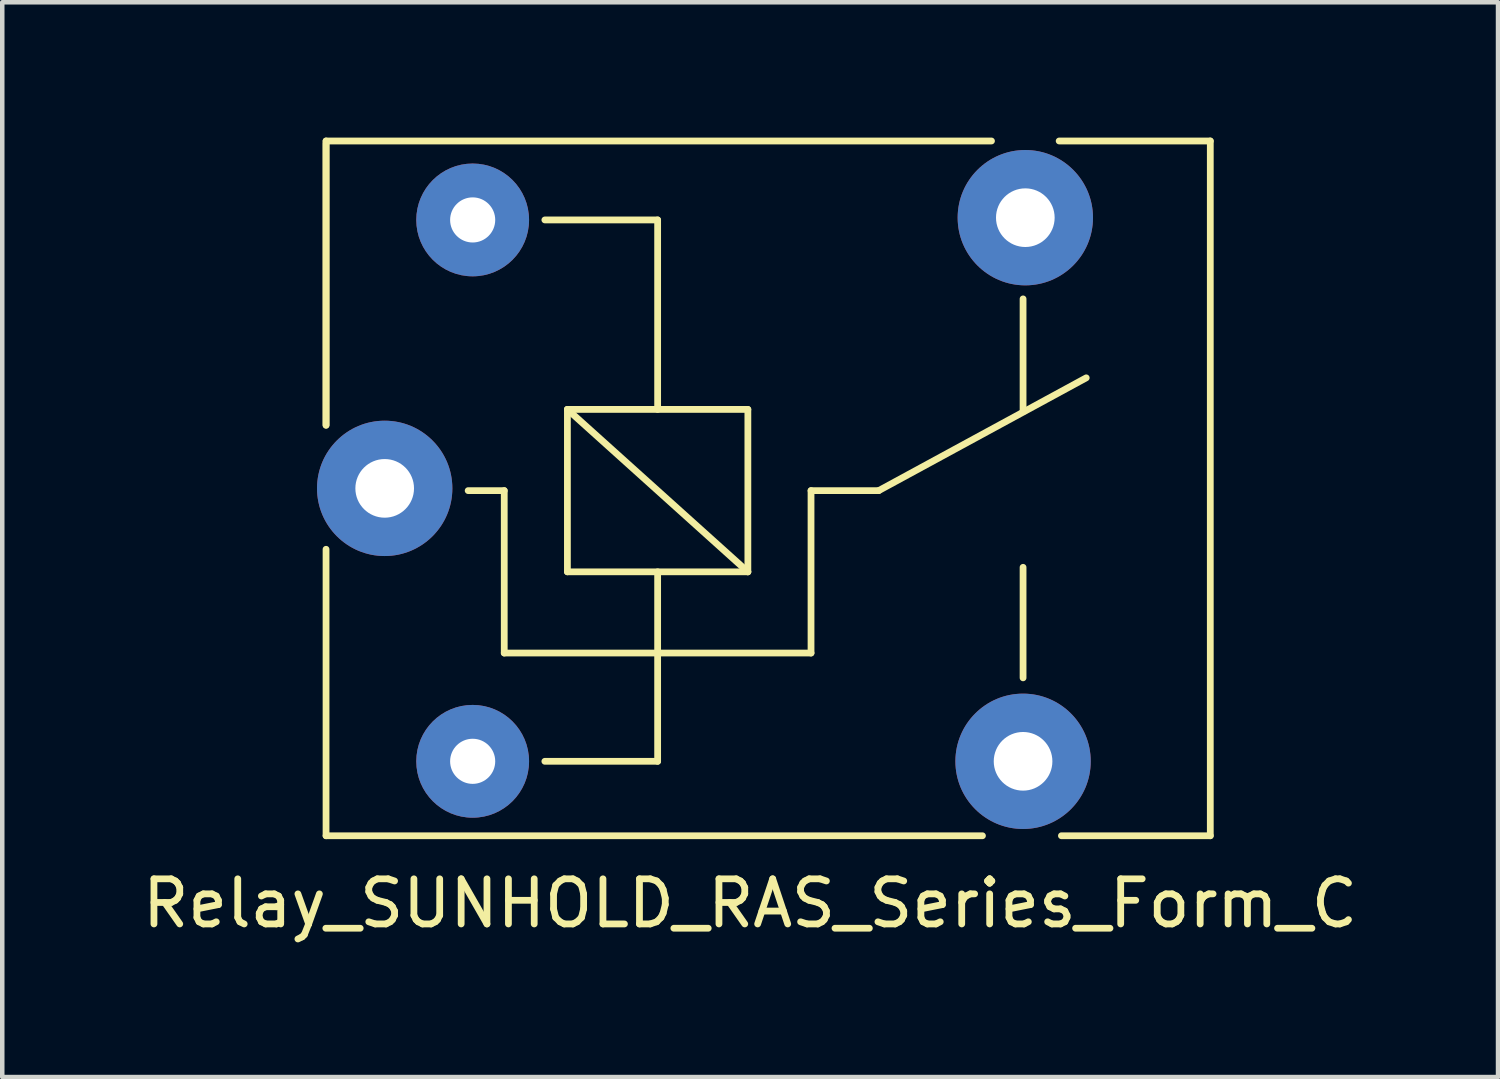
<source format=kicad_pcb>
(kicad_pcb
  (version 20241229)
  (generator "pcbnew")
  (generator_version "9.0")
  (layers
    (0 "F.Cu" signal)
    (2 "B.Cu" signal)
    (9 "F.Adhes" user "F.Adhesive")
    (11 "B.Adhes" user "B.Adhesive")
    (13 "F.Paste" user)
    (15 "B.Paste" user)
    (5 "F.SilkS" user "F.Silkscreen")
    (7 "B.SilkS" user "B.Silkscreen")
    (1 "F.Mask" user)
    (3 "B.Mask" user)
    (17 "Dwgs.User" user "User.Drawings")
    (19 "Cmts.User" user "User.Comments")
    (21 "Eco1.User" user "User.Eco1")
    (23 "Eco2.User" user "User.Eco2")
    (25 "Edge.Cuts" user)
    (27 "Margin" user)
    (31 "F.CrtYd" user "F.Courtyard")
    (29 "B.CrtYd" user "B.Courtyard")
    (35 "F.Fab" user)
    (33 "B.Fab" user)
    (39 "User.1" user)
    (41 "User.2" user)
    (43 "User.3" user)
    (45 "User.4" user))
  (footprint "Relay_SUNHOLD_RAS_Series_Form_C"
    (layer "F.Cu")
    (at 5.477 7.775)
    (property "Reference" "Relay_SUNHOLD_RAS_Series_Form_C" (at 8.1 9.2 0) (layer "F.SilkS") (effects (font (size 1 1) (thickness 0.15))))
    (attr through_hole)
    (fp_line (start -1.3 -7.7) (end 13.45 -7.7) (stroke (width 0.15) (type solid)) (layer "F.SilkS"))
    (fp_line (start -1.3 -7.65) (end -1.3 -1.4) (stroke (width 0.15) (type solid)) (layer "F.SilkS"))
    (fp_line (start -1.3 -1.4) (end -1.3 -7.7) (stroke (width 0.15) (type solid)) (layer "F.SilkS"))
    (fp_line (start -1.3 1.35) (end -1.3 7.7) (stroke (width 0.15) (type solid)) (layer "F.SilkS"))
    (fp_line (start -1.3 7.7) (end 13.25 7.7) (stroke (width 0.15) (type solid)) (layer "F.SilkS"))
    (fp_line (start 2.65 0.05) (end 1.85 0.05) (stroke (width 0.15) (type solid)) (layer "F.SilkS"))
    (fp_line (start 2.65 0.05) (end 2.65 3.65) (stroke (width 0.15) (type solid)) (layer "F.SilkS"))
    (fp_line (start 3.55 6.05) (end 6.05 6.05) (stroke (width 0.15) (type solid)) (layer "F.SilkS"))
    (fp_line (start 4.05 -1.75) (end 8.05 -1.75) (stroke (width 0.15) (type solid)) (layer "F.SilkS"))
    (fp_line (start 4.05 1.85) (end 4.05 -1.75) (stroke (width 0.15) (type solid)) (layer "F.SilkS"))
    (fp_line (start 6.05 -5.95) (end 3.55 -5.95) (stroke (width 0.15) (type solid)) (layer "F.SilkS"))
    (fp_line (start 6.05 -5.95) (end 6.05 -1.75) (stroke (width 0.15) (type solid)) (layer "F.SilkS"))
    (fp_line (start 6.05 1.85) (end 6.05 6.05) (stroke (width 0.15) (type solid)) (layer "F.SilkS"))
    (fp_line (start 8.05 -1.75) (end 8.05 1.85) (stroke (width 0.15) (type solid)) (layer "F.SilkS"))
    (fp_line (start 8.05 1.85) (end 4.05 -1.75) (stroke (width 0.15) (type solid)) (layer "F.SilkS"))
    (fp_line (start 8.05 1.85) (end 4.05 1.85) (stroke (width 0.15) (type solid)) (layer "F.SilkS"))
    (fp_line (start 9.45 0.05) (end 9.45 3.65) (stroke (width 0.15) (type solid)) (layer "F.SilkS"))
    (fp_line (start 9.45 0.05) (end 10.95 0.05) (stroke (width 0.15) (type solid)) (layer "F.SilkS"))
    (fp_line (start 9.45 3.65) (end 2.65 3.65) (stroke (width 0.15) (type solid)) (layer "F.SilkS"))
    (fp_line (start 10.95 0.05) (end 15.55 -2.45) (stroke (width 0.15) (type solid)) (layer "F.SilkS"))
    (fp_line (start 14.15 -4.2) (end 14.15 -1.7) (stroke (width 0.15) (type solid)) (layer "F.SilkS"))
    (fp_line (start 14.15 4.2) (end 14.15 1.75) (stroke (width 0.15) (type solid)) (layer "F.SilkS"))
    (fp_line (start 15 7.7) (end 18.3 7.7) (stroke (width 0.15) (type solid)) (layer "F.SilkS"))
    (fp_line (start 18.3 -7.7) (end 14.95 -7.7) (stroke (width 0.15) (type solid)) (layer "F.SilkS"))
    (fp_line (start 18.3 7.7) (end 18.3 -7.7) (stroke (width 0.15) (type solid)) (layer "F.SilkS"))
    (pad "1" thru_hole circle (at 1.95 6.05 90) (size 2.5 2.5) (drill 1) (layers "*.Cu" "*.Mask"))
    (pad "2" thru_hole circle (at 1.95 -5.95 90) (size 2.5 2.5) (drill 1) (layers "*.Cu" "*.Mask"))
    (pad "3" thru_hole circle (at 0 0 90) (size 3 3) (drill 1.3) (layers "*.Cu" "*.Mask"))
    (pad "4" thru_hole circle (at 14.2 -6 90) (size 3 3) (drill 1.3) (layers "*.Cu" "*.Mask"))
    (pad "5" thru_hole circle (at 14.15 6.05 90) (size 3 3) (drill 1.3) (layers "*.Cu" "*.Mask")))
  (gr_rect
    (start -3 -3)
    (end 30.155 20.823)
    (stroke (width 0.1) (type default))
    (fill no)
    (layer "Edge.Cuts")))
</source>
